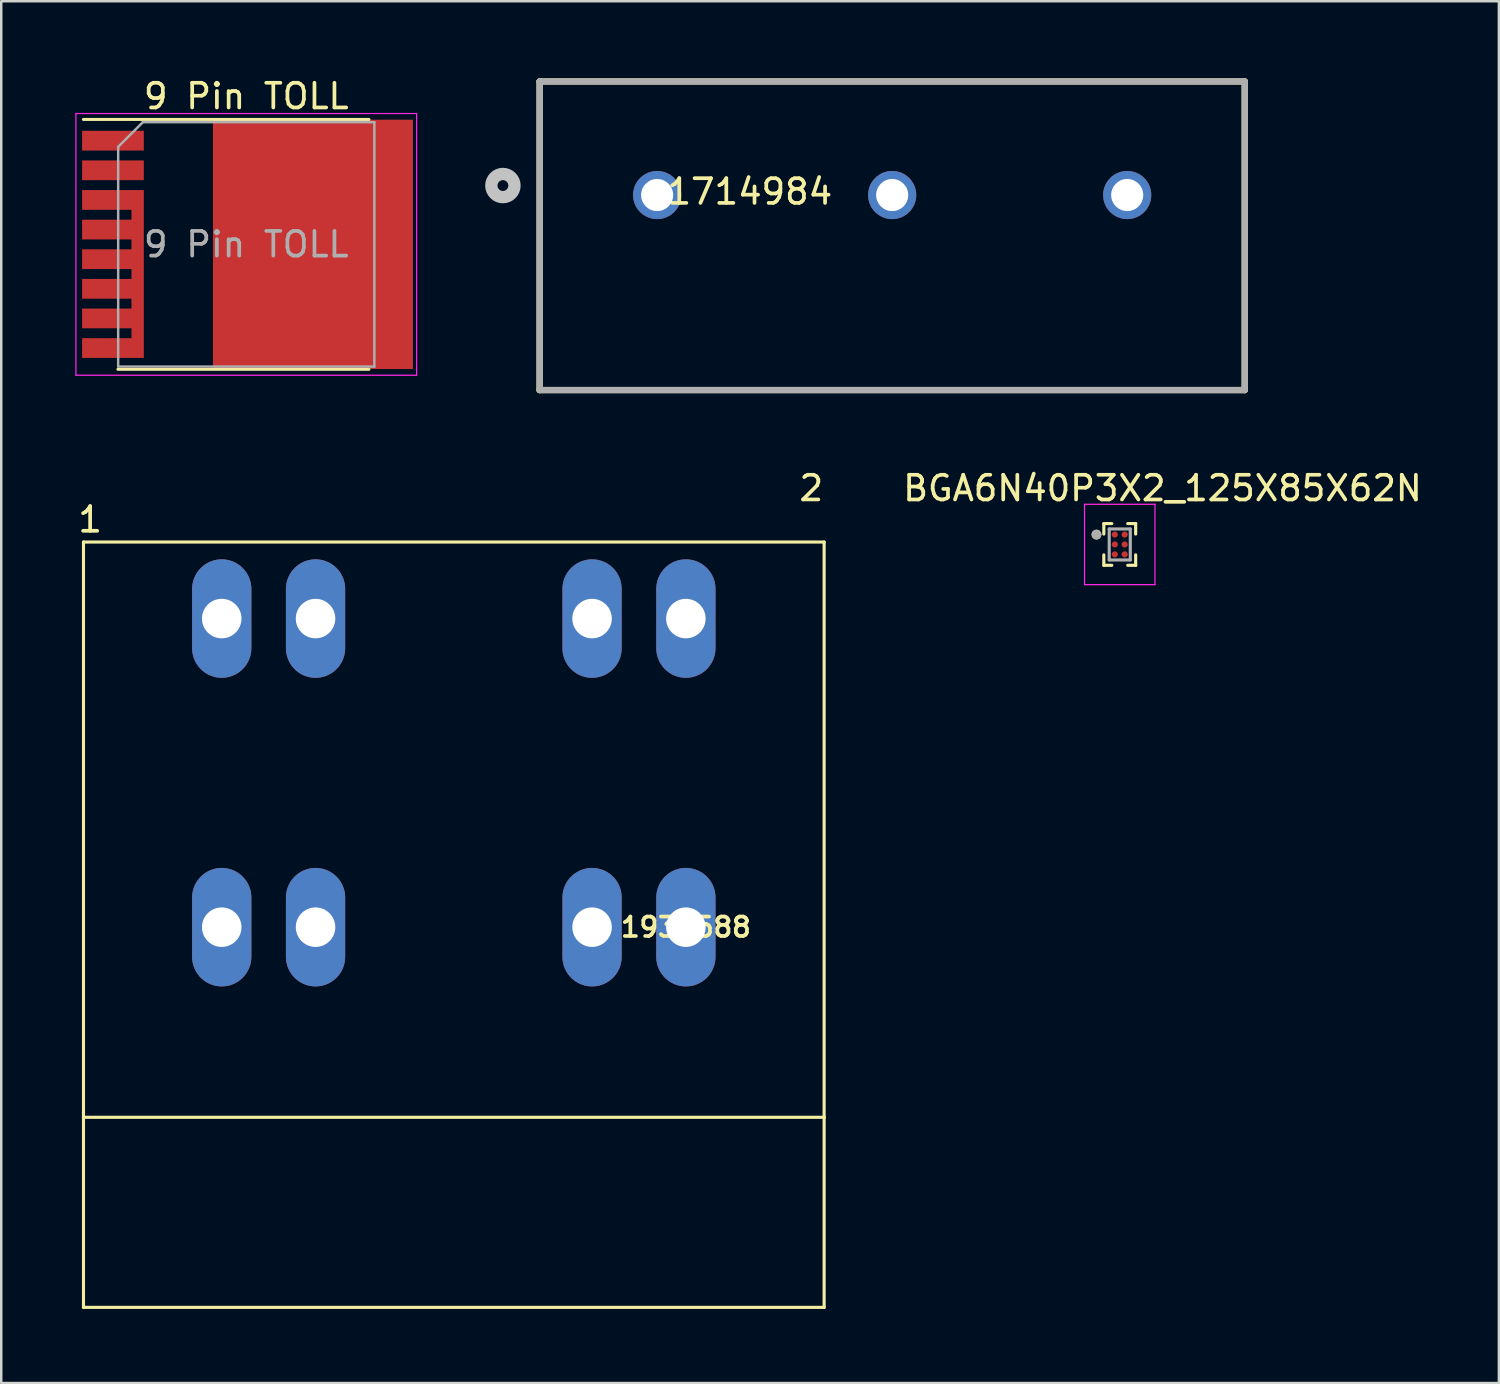
<source format=kicad_pcb>
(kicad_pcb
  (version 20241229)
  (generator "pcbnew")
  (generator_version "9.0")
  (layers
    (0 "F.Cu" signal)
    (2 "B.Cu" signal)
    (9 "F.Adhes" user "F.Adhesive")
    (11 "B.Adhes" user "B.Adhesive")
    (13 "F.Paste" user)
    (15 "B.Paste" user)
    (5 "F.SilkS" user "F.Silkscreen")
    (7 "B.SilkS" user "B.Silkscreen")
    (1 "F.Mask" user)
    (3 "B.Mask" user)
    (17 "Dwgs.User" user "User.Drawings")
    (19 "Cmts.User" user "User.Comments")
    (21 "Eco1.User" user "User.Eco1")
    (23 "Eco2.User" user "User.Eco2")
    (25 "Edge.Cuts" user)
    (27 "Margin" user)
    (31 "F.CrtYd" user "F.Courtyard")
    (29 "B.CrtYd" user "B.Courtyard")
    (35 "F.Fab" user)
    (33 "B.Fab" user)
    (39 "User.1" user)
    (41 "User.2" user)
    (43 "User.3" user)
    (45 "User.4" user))
  (footprint "1932588"
    (layer "F.Cu")
    (at 24.731 34.505)
    (property "Reference" "1932588" (at 0 0 0) (layer "F.SilkS") (effects (font (size 0.787 0.787) (thickness 0.15))))
    (attr through_hole)
    (fp_line (start -24.4 -15.6) (end -24.4 7.7) (stroke (width 0.127) (type solid)) (layer "F.SilkS"))
    (fp_line (start -24.4 7.7) (end 5.6 7.7) (stroke (width 0.127) (type solid)) (layer "F.SilkS"))
    (fp_line (start -24.4 15.4) (end -24.4 7.7) (stroke (width 0.127) (type solid)) (layer "F.SilkS"))
    (fp_line (start -24.4 15.4) (end 5.6 15.4) (stroke (width 0.127) (type solid)) (layer "F.SilkS"))
    (fp_line (start 5.6 -15.6) (end -24.4 -15.6) (stroke (width 0.127) (type solid)) (layer "F.SilkS"))
    (fp_line (start 5.6 7.7) (end 5.6 -15.6) (stroke (width 0.127) (type solid)) (layer "F.SilkS"))
    (fp_line (start 5.6 7.7) (end 5.6 15.4) (stroke (width 0.127) (type solid)) (layer "F.SilkS"))
    (fp_text user "1" (at -24.13 -16.51 0) (layer "F.SilkS") (effects (font (size 1 1) (thickness 0.15))))
    (fp_text user "2" (at 5.08 -17.78 0) (layer "F.SilkS") (effects (font (size 1 1) (thickness 0.15))))
    (pad "1" thru_hole oval (at -18.8 -12.5) (size 2.4 4.8) (drill 1.6) (layers "*.Cu" "*.Mask"))
    (pad "1" thru_hole oval (at -18.8 0) (size 2.4 4.8) (drill 1.6) (layers "*.Cu" "*.Mask"))
    (pad "1" thru_hole oval (at -15 -12.5) (size 2.4 4.8) (drill 1.6) (layers "*.Cu" "*.Mask"))
    (pad "1" thru_hole oval (at -15 0) (size 2.4 4.8) (drill 1.6) (layers "*.Cu" "*.Mask"))
    (pad "2" thru_hole oval (at -3.8 -12.5) (size 2.4 4.8) (drill 1.6) (layers "*.Cu" "*.Mask"))
    (pad "2" thru_hole oval (at -3.8 0) (size 2.4 4.8) (drill 1.6) (layers "*.Cu" "*.Mask"))
    (pad "2" thru_hole oval (at 0 -12.5) (size 2.4 4.8) (drill 1.6) (layers "*.Cu" "*.Mask"))
    (pad "2" thru_hole oval (at 0 0) (size 2.4 4.8) (drill 1.6) (layers "*.Cu" "*.Mask")))
  (footprint "BGA6N40P3X2_125X85X62N"
    (layer "F.Cu")
    (at 42.305 19.003)
    (property "Reference" "BGA6N40P3X2_125X85X62N" (at 1.732 -2.277 0) (layer "F.SilkS") (effects (font (size 1 1) (thickness 0.15))))
    (attr through_hole)
    (fp_line (start -0.645 -0.845) (end -0.645 -0.422) (stroke (width 0.127) (type solid)) (layer "F.SilkS"))
    (fp_line (start -0.645 -0.845) (end -0.323 -0.845) (stroke (width 0.127) (type solid)) (layer "F.SilkS"))
    (fp_line (start -0.645 0.845) (end -0.645 0.422) (stroke (width 0.127) (type solid)) (layer "F.SilkS"))
    (fp_line (start -0.645 0.845) (end -0.323 0.845) (stroke (width 0.127) (type solid)) (layer "F.SilkS"))
    (fp_line (start 0.645 -0.845) (end 0.323 -0.845) (stroke (width 0.127) (type solid)) (layer "F.SilkS"))
    (fp_line (start 0.645 -0.845) (end 0.645 -0.422) (stroke (width 0.127) (type solid)) (layer "F.SilkS"))
    (fp_line (start 0.645 0.845) (end 0.323 0.845) (stroke (width 0.127) (type solid)) (layer "F.SilkS"))
    (fp_line (start 0.645 0.845) (end 0.645 0.422) (stroke (width 0.127) (type solid)) (layer "F.SilkS"))
    (fp_circle (center -0.943 -0.4) (end -0.843 -0.4) (stroke (width 0.2) (type solid)) (fill no) (layer "F.SilkS"))
    (fp_line (start -1.427 -1.627) (end 1.427 -1.627) (stroke (width 0.05) (type solid)) (layer "F.CrtYd"))
    (fp_line (start -1.427 1.627) (end -1.427 -1.627) (stroke (width 0.05) (type solid)) (layer "F.CrtYd"))
    (fp_line (start -1.427 1.627) (end 1.427 1.627) (stroke (width 0.05) (type solid)) (layer "F.CrtYd"))
    (fp_line (start 1.427 1.627) (end 1.427 -1.627) (stroke (width 0.05) (type solid)) (layer "F.CrtYd"))
    (fp_line (start -0.427 0.627) (end -0.427 -0.627) (stroke (width 0.127) (type solid)) (layer "F.Fab"))
    (fp_line (start 0.427 -0.627) (end -0.427 -0.627) (stroke (width 0.127) (type solid)) (layer "F.Fab"))
    (fp_line (start 0.427 0.627) (end -0.427 0.627) (stroke (width 0.127) (type solid)) (layer "F.Fab"))
    (fp_line (start 0.427 0.627) (end 0.427 -0.627) (stroke (width 0.127) (type solid)) (layer "F.Fab"))
    (fp_circle (center -0.943 -0.4) (end -0.843 -0.4) (stroke (width 0.2) (type solid)) (fill no) (layer "F.Fab"))
    (pad "A1" smd circle (at -0.2 -0.4) (size 0.25 0.25) (layers "F.Cu" "F.Mask" "F.Paste"))
    (pad "A2" smd circle (at 0.2 -0.4) (size 0.25 0.25) (layers "F.Cu" "F.Mask" "F.Paste"))
    (pad "B1" smd circle (at -0.2 0) (size 0.25 0.25) (layers "F.Cu" "F.Mask" "F.Paste"))
    (pad "B2" smd circle (at 0.2 0) (size 0.25 0.25) (layers "F.Cu" "F.Mask" "F.Paste"))
    (pad "C1" smd circle (at -0.2 0.4) (size 0.25 0.25) (layers "F.Cu" "F.Mask" "F.Paste"))
    (pad "C2" smd circle (at 0.2 0.4) (size 0.25 0.25) (layers "F.Cu" "F.Mask" "F.Paste")))
  (footprint "1714984"
    (layer "F.Cu")
    (at 18.807 0.25)
    (property "Reference" "1714984" (at 8.514 4.463 0) (layer "F.SilkS") (effects (font (size 1 1) (thickness 0.15))))
    (attr through_hole)
    (fp_line (start 0 0) (end 28.56 0) (stroke (width 0.254) (type solid)) (layer "F.SilkS"))
    (fp_line (start 0 12.5) (end 0 0) (stroke (width 0.254) (type solid)) (layer "F.SilkS"))
    (fp_line (start 28.56 0) (end 28.56 12.5) (stroke (width 0.254) (type solid)) (layer "F.SilkS"))
    (fp_line (start 28.56 12.5) (end 0 12.5) (stroke (width 0.254) (type solid)) (layer "F.SilkS"))
    (fp_circle (center -1.487 4.216) (end -1.268 4.216) (stroke (width 0.5) (type solid)) (fill no) (layer "Dwgs.User"))
    (fp_line (start 0 0) (end 28.56 0) (stroke (width 0.254) (type solid)) (layer "F.Fab"))
    (fp_line (start 0 12.5) (end 0 0) (stroke (width 0.254) (type solid)) (layer "F.Fab"))
    (fp_line (start 28.56 0) (end 28.56 12.5) (stroke (width 0.254) (type solid)) (layer "F.Fab"))
    (fp_line (start 28.56 12.5) (end 0 12.5) (stroke (width 0.254) (type solid)) (layer "F.Fab"))
    (pad "1" thru_hole circle (at 4.76 4.6) (size 1.95 1.95) (drill 1.3) (layers "*.Cu" "*.Mask"))
    (pad "2" thru_hole circle (at 14.28 4.6) (size 1.95 1.95) (drill 1.3) (layers "*.Cu" "*.Mask"))
    (pad "3" thru_hole circle (at 23.8 4.6) (size 1.95 1.95) (drill 1.3) (layers "*.Cu" "*.Mask")))
  (footprint "9 Pin TOLL"
    (layer "F.Cu")
    (at 6.925 6.848)
    (property "Reference" "9 Pin TOLL" (at 0 -6 0) (layer "F.SilkS") (effects (font (size 1 1) (thickness 0.15))))
    (attr smd)
    (fp_line (start -5.2 5.06) (end 4.97 5.06) (stroke (width 0.12) (type solid)) (layer "F.SilkS"))
    (fp_line (start 4.97 -5.06) (end -6.6 -5.06) (stroke (width 0.12) (type solid)) (layer "F.SilkS"))
    (fp_line (start -6.9 5.3) (end -6.9 -5.3) (stroke (width 0.05) (type solid)) (layer "F.CrtYd"))
    (fp_line (start -6.9 5.3) (end 6.9 5.3) (stroke (width 0.05) (type solid)) (layer "F.CrtYd"))
    (fp_line (start 6.9 -5.3) (end -6.9 -5.3) (stroke (width 0.05) (type solid)) (layer "F.CrtYd"))
    (fp_line (start 6.9 -5.3) (end 6.9 5.3) (stroke (width 0.05) (type solid)) (layer "F.CrtYd"))
    (fp_line (start -5.188 4.95) (end -5.188 -3.95) (stroke (width 0.1) (type solid)) (layer "F.Fab"))
    (fp_line (start -4.188 -4.95) (end -5.188 -3.95) (stroke (width 0.1) (type solid)) (layer "F.Fab"))
    (fp_line (start -4.188 -4.95) (end 5.188 -4.95) (stroke (width 0.1) (type solid)) (layer "F.Fab"))
    (fp_line (start 5.188 -4.95) (end 5.188 4.95) (stroke (width 0.1) (type solid)) (layer "F.Fab"))
    (fp_line (start 5.188 4.95) (end -5.188 4.95) (stroke (width 0.1) (type solid)) (layer "F.Fab"))
    (fp_text user "${REFERENCE}" (at 0 0 0) (layer "F.Fab") (effects (font (size 1 1) (thickness 0.15))))
    (pad "" smd rect (at -5.4 -4.2) (size 2.35 0.7) (layers "F.Paste"))
    (pad "" smd rect (at -5.4 -3) (size 2.35 0.7) (layers "F.Paste"))
    (pad "" smd rect (at -5.4 -1.8) (size 2.35 0.7) (layers "F.Paste"))
    (pad "" smd rect (at -5.4 -0.6) (size 2.35 0.7) (layers "F.Paste"))
    (pad "" smd rect (at -5.4 0.6) (size 2.35 0.7) (layers "F.Paste"))
    (pad "" smd rect (at -5.4 1.8) (size 2.35 0.7) (layers "F.Paste"))
    (pad "" smd rect (at -5.4 3) (size 2.35 0.7) (layers "F.Paste"))
    (pad "" smd rect (at -5.4 4.2) (size 2.35 0.7) (layers "F.Paste"))
    (pad "1" smd rect (at -5.4 -4.2) (size 2.5 0.8) (layers "F.Cu" "F.Mask"))
    (pad "2" smd rect (at -5.4 -3) (size 2.5 0.8) (layers "F.Cu" "F.Mask"))
    (pad "3" smd custom (at -4.4 1.2) (size 0.5 6.8) (layers "F.Cu" "F.Mask") (options (anchor rect)) (primitives (gr_poly (pts (xy -0.25 -2.6) (xy -2.25 -2.6) (xy -2.25 -3.4) (xy -0.25 -3.4)) (width 0) (fill yes)) (gr_poly (pts (xy -0.25 -1.4) (xy -2.25 -1.4) (xy -2.25 -2.2) (xy -0.25 -2.2)) (width 0) (fill yes)) (gr_poly (pts (xy -0.25 -0.2) (xy -2.25 -0.2) (xy -2.25 -1) (xy -0.25 -1)) (width 0) (fill yes)) (gr_poly (pts (xy -0.25 1) (xy -2.25 1) (xy -2.25 0.2) (xy -0.25 0.2)) (width 0) (fill yes)) (gr_poly (pts (xy -0.25 2.2) (xy -2.25 2.2) (xy -2.25 1.4) (xy -0.25 1.4)) (width 0) (fill yes)) (gr_poly (pts (xy -0.25 3.4) (xy -2.25 3.4) (xy -2.25 2.6) (xy -0.25 2.6)) (width 0) (fill yes))))
    (pad "4" smd rect (at 2.7 0) (size 8.1 10.1) (layers "F.Cu" "F.Mask" "F.Paste")))
  (gr_rect
    (start -3 -3)
    (end 57.662 52.969)
    (stroke (width 0.1) (type default))
    (fill no)
    (layer "Edge.Cuts")))
</source>
